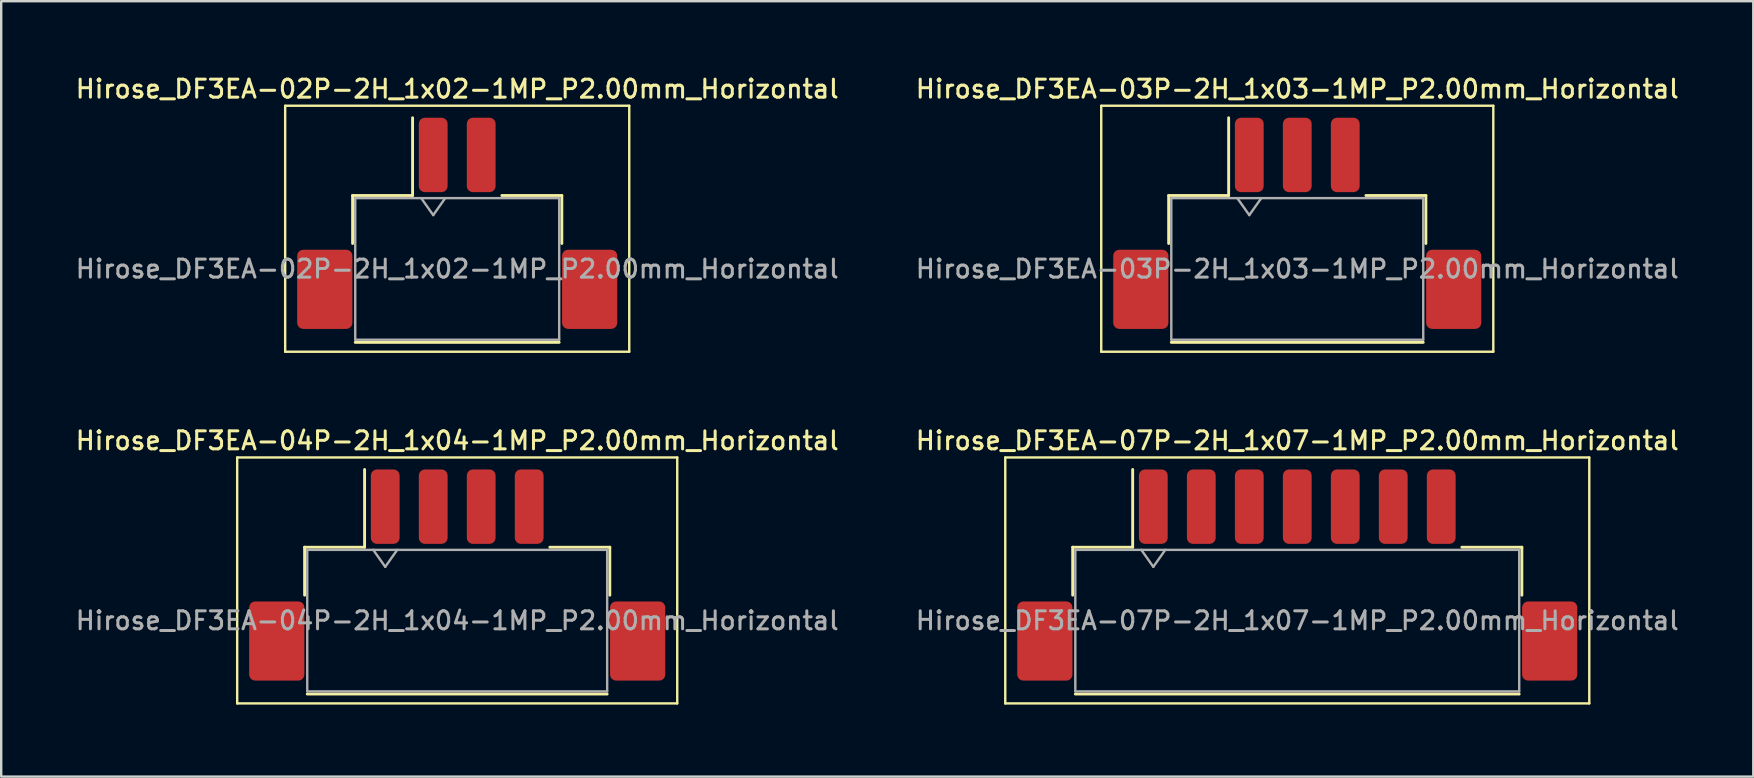
<source format=kicad_pcb>
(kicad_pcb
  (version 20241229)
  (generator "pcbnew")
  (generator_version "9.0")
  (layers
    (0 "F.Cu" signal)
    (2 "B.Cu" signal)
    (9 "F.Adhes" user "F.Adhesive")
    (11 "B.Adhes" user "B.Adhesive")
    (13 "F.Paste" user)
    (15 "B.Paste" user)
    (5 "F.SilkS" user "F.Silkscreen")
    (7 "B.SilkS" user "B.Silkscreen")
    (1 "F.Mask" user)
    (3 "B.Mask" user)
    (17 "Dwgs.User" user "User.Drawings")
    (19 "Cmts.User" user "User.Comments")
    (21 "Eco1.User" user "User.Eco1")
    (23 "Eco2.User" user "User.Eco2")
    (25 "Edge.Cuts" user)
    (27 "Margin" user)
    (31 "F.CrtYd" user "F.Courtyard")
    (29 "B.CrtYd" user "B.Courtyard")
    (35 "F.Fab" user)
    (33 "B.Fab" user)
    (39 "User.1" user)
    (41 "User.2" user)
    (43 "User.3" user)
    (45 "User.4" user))
  (footprint "Hirose_DF3EA-02P-2H_1x02-1MP_P2.00mm_Horizontal"
    (layer "F.Cu")
    (at 16.005 6.258)
    (property "Reference" "Hirose_DF3EA-02P-2H_1x02-1MP_P2.00mm_Horizontal" (at 0 -5.6 0) (layer "F.SilkS") (effects (font (size 0.75 0.75) (thickness 0.125))))
    (attr smd)
    (fp_line (start -7.17 -4.9) (end -7.17 5.35) (stroke (width 0.1) (type solid)) (layer "F.SilkS"))
    (fp_line (start -7.17 5.35) (end 7.17 5.35) (stroke (width 0.1) (type solid)) (layer "F.SilkS"))
    (fp_line (start -4.36 -1.16) (end -1.86 -1.16) (stroke (width 0.12) (type solid)) (layer "F.SilkS"))
    (fp_line (start -4.36 0.84) (end -4.36 -1.16) (stroke (width 0.12) (type solid)) (layer "F.SilkS"))
    (fp_line (start -4.25 4.96) (end 4.25 4.96) (stroke (width 0.12) (type solid)) (layer "F.SilkS"))
    (fp_line (start -1.86 -1.16) (end -1.86 -4.4) (stroke (width 0.12) (type solid)) (layer "F.SilkS"))
    (fp_line (start 4.36 -1.16) (end 1.86 -1.16) (stroke (width 0.12) (type solid)) (layer "F.SilkS"))
    (fp_line (start 4.36 0.84) (end 4.36 -1.16) (stroke (width 0.12) (type solid)) (layer "F.SilkS"))
    (fp_line (start 7.17 -4.9) (end -7.17 -4.9) (stroke (width 0.1) (type solid)) (layer "F.SilkS"))
    (fp_line (start 7.17 5.35) (end 7.17 -4.9) (stroke (width 0.1) (type solid)) (layer "F.SilkS"))
    (fp_line (start -4.25 -1.05) (end -4.25 4.85) (stroke (width 0.1) (type solid)) (layer "F.Fab"))
    (fp_line (start -4.25 -1.05) (end 4.25 -1.05) (stroke (width 0.1) (type solid)) (layer "F.Fab"))
    (fp_line (start -4.25 4.85) (end 4.25 4.85) (stroke (width 0.1) (type solid)) (layer "F.Fab"))
    (fp_line (start -1.5 -1.05) (end -1 -0.343) (stroke (width 0.1) (type solid)) (layer "F.Fab"))
    (fp_line (start -1 -0.343) (end -0.5 -1.05) (stroke (width 0.1) (type solid)) (layer "F.Fab"))
    (fp_line (start 4.25 -1.05) (end 4.25 4.85) (stroke (width 0.1) (type solid)) (layer "F.Fab"))
    (fp_text user "${REFERENCE}" (at 0 1.9 0) (layer "F.Fab") (effects (font (size 0.75 0.75) (thickness 0.125))))
    (pad "1" smd roundrect (at -1 -2.85) (size 1.2 3.1) (layers "F.Cu" "F.Mask" "F.Paste") (roundrect_rratio 0.208))
    (pad "2" smd roundrect (at 1 -2.85) (size 1.2 3.1) (layers "F.Cu" "F.Mask" "F.Paste") (roundrect_rratio 0.208))
    (pad "MP" smd roundrect (at -5.52 2.75) (size 2.3 3.3) (layers "F.Cu" "F.Mask" "F.Paste") (roundrect_rratio 0.109))
    (pad "MP" smd roundrect (at 5.52 2.75) (size 2.3 3.3) (layers "F.Cu" "F.Mask" "F.Paste") (roundrect_rratio 0.109)))
  (footprint "Hirose_DF3EA-07P-2H_1x07-1MP_P2.00mm_Horizontal"
    (layer "F.Cu")
    (at 51.016 20.916)
    (property "Reference" "Hirose_DF3EA-07P-2H_1x07-1MP_P2.00mm_Horizontal" (at 0 -5.6 0) (layer "F.SilkS") (effects (font (size 0.75 0.75) (thickness 0.125))))
    (attr smd)
    (fp_line (start -12.17 -4.9) (end -12.17 5.35) (stroke (width 0.1) (type solid)) (layer "F.SilkS"))
    (fp_line (start -12.17 5.35) (end 12.17 5.35) (stroke (width 0.1) (type solid)) (layer "F.SilkS"))
    (fp_line (start -9.36 -1.16) (end -6.86 -1.16) (stroke (width 0.12) (type solid)) (layer "F.SilkS"))
    (fp_line (start -9.36 0.84) (end -9.36 -1.16) (stroke (width 0.12) (type solid)) (layer "F.SilkS"))
    (fp_line (start -9.25 4.96) (end 9.25 4.96) (stroke (width 0.12) (type solid)) (layer "F.SilkS"))
    (fp_line (start -6.86 -1.16) (end -6.86 -4.4) (stroke (width 0.12) (type solid)) (layer "F.SilkS"))
    (fp_line (start 9.36 -1.16) (end 6.86 -1.16) (stroke (width 0.12) (type solid)) (layer "F.SilkS"))
    (fp_line (start 9.36 0.84) (end 9.36 -1.16) (stroke (width 0.12) (type solid)) (layer "F.SilkS"))
    (fp_line (start 12.17 -4.9) (end -12.17 -4.9) (stroke (width 0.1) (type solid)) (layer "F.SilkS"))
    (fp_line (start 12.17 5.35) (end 12.17 -4.9) (stroke (width 0.1) (type solid)) (layer "F.SilkS"))
    (fp_line (start -9.25 -1.05) (end -9.25 4.85) (stroke (width 0.1) (type solid)) (layer "F.Fab"))
    (fp_line (start -9.25 -1.05) (end 9.25 -1.05) (stroke (width 0.1) (type solid)) (layer "F.Fab"))
    (fp_line (start -9.25 4.85) (end 9.25 4.85) (stroke (width 0.1) (type solid)) (layer "F.Fab"))
    (fp_line (start -6.5 -1.05) (end -6 -0.343) (stroke (width 0.1) (type solid)) (layer "F.Fab"))
    (fp_line (start -6 -0.343) (end -5.5 -1.05) (stroke (width 0.1) (type solid)) (layer "F.Fab"))
    (fp_line (start 9.25 -1.05) (end 9.25 4.85) (stroke (width 0.1) (type solid)) (layer "F.Fab"))
    (fp_text user "${REFERENCE}" (at 0 1.9 0) (layer "F.Fab") (effects (font (size 0.75 0.75) (thickness 0.125))))
    (pad "1" smd roundrect (at -6 -2.85) (size 1.2 3.1) (layers "F.Cu" "F.Mask" "F.Paste") (roundrect_rratio 0.208))
    (pad "2" smd roundrect (at -4 -2.85) (size 1.2 3.1) (layers "F.Cu" "F.Mask" "F.Paste") (roundrect_rratio 0.208))
    (pad "3" smd roundrect (at -2 -2.85) (size 1.2 3.1) (layers "F.Cu" "F.Mask" "F.Paste") (roundrect_rratio 0.208))
    (pad "4" smd roundrect (at 0 -2.85) (size 1.2 3.1) (layers "F.Cu" "F.Mask" "F.Paste") (roundrect_rratio 0.208))
    (pad "5" smd roundrect (at 2 -2.85) (size 1.2 3.1) (layers "F.Cu" "F.Mask" "F.Paste") (roundrect_rratio 0.208))
    (pad "6" smd roundrect (at 4 -2.85) (size 1.2 3.1) (layers "F.Cu" "F.Mask" "F.Paste") (roundrect_rratio 0.208))
    (pad "7" smd roundrect (at 6 -2.85) (size 1.2 3.1) (layers "F.Cu" "F.Mask" "F.Paste") (roundrect_rratio 0.208))
    (pad "MP" smd roundrect (at -10.52 2.75) (size 2.3 3.3) (layers "F.Cu" "F.Mask" "F.Paste") (roundrect_rratio 0.109))
    (pad "MP" smd roundrect (at 10.52 2.75) (size 2.3 3.3) (layers "F.Cu" "F.Mask" "F.Paste") (roundrect_rratio 0.109)))
  (footprint "Hirose_DF3EA-03P-2H_1x03-1MP_P2.00mm_Horizontal"
    (layer "F.Cu")
    (at 51.016 6.258)
    (property "Reference" "Hirose_DF3EA-03P-2H_1x03-1MP_P2.00mm_Horizontal" (at 0 -5.6 0) (layer "F.SilkS") (effects (font (size 0.75 0.75) (thickness 0.125))))
    (attr smd)
    (fp_line (start -8.17 -4.9) (end -8.17 5.35) (stroke (width 0.1) (type solid)) (layer "F.SilkS"))
    (fp_line (start -8.17 5.35) (end 8.17 5.35) (stroke (width 0.1) (type solid)) (layer "F.SilkS"))
    (fp_line (start -5.36 -1.16) (end -2.86 -1.16) (stroke (width 0.12) (type solid)) (layer "F.SilkS"))
    (fp_line (start -5.36 0.84) (end -5.36 -1.16) (stroke (width 0.12) (type solid)) (layer "F.SilkS"))
    (fp_line (start -5.25 4.96) (end 5.25 4.96) (stroke (width 0.12) (type solid)) (layer "F.SilkS"))
    (fp_line (start -2.86 -1.16) (end -2.86 -4.4) (stroke (width 0.12) (type solid)) (layer "F.SilkS"))
    (fp_line (start 5.36 -1.16) (end 2.86 -1.16) (stroke (width 0.12) (type solid)) (layer "F.SilkS"))
    (fp_line (start 5.36 0.84) (end 5.36 -1.16) (stroke (width 0.12) (type solid)) (layer "F.SilkS"))
    (fp_line (start 8.17 -4.9) (end -8.17 -4.9) (stroke (width 0.1) (type solid)) (layer "F.SilkS"))
    (fp_line (start 8.17 5.35) (end 8.17 -4.9) (stroke (width 0.1) (type solid)) (layer "F.SilkS"))
    (fp_line (start -5.25 -1.05) (end -5.25 4.85) (stroke (width 0.1) (type solid)) (layer "F.Fab"))
    (fp_line (start -5.25 -1.05) (end 5.25 -1.05) (stroke (width 0.1) (type solid)) (layer "F.Fab"))
    (fp_line (start -5.25 4.85) (end 5.25 4.85) (stroke (width 0.1) (type solid)) (layer "F.Fab"))
    (fp_line (start -2.5 -1.05) (end -2 -0.343) (stroke (width 0.1) (type solid)) (layer "F.Fab"))
    (fp_line (start -2 -0.343) (end -1.5 -1.05) (stroke (width 0.1) (type solid)) (layer "F.Fab"))
    (fp_line (start 5.25 -1.05) (end 5.25 4.85) (stroke (width 0.1) (type solid)) (layer "F.Fab"))
    (fp_text user "${REFERENCE}" (at 0 1.9 0) (layer "F.Fab") (effects (font (size 0.75 0.75) (thickness 0.125))))
    (pad "1" smd roundrect (at -2 -2.85) (size 1.2 3.1) (layers "F.Cu" "F.Mask" "F.Paste") (roundrect_rratio 0.208))
    (pad "2" smd roundrect (at 0 -2.85) (size 1.2 3.1) (layers "F.Cu" "F.Mask" "F.Paste") (roundrect_rratio 0.208))
    (pad "3" smd roundrect (at 2 -2.85) (size 1.2 3.1) (layers "F.Cu" "F.Mask" "F.Paste") (roundrect_rratio 0.208))
    (pad "MP" smd roundrect (at -6.52 2.75) (size 2.3 3.3) (layers "F.Cu" "F.Mask" "F.Paste") (roundrect_rratio 0.109))
    (pad "MP" smd roundrect (at 6.52 2.75) (size 2.3 3.3) (layers "F.Cu" "F.Mask" "F.Paste") (roundrect_rratio 0.109)))
  (footprint "Hirose_DF3EA-04P-2H_1x04-1MP_P2.00mm_Horizontal"
    (layer "F.Cu")
    (at 16.005 20.916)
    (property "Reference" "Hirose_DF3EA-04P-2H_1x04-1MP_P2.00mm_Horizontal" (at 0 -5.6 0) (layer "F.SilkS") (effects (font (size 0.75 0.75) (thickness 0.125))))
    (attr smd)
    (fp_line (start -9.17 -4.9) (end -9.17 5.35) (stroke (width 0.1) (type solid)) (layer "F.SilkS"))
    (fp_line (start -9.17 5.35) (end 9.17 5.35) (stroke (width 0.1) (type solid)) (layer "F.SilkS"))
    (fp_line (start -6.36 -1.16) (end -3.86 -1.16) (stroke (width 0.12) (type solid)) (layer "F.SilkS"))
    (fp_line (start -6.36 0.84) (end -6.36 -1.16) (stroke (width 0.12) (type solid)) (layer "F.SilkS"))
    (fp_line (start -6.25 4.96) (end 6.25 4.96) (stroke (width 0.12) (type solid)) (layer "F.SilkS"))
    (fp_line (start -3.86 -1.16) (end -3.86 -4.4) (stroke (width 0.12) (type solid)) (layer "F.SilkS"))
    (fp_line (start 6.36 -1.16) (end 3.86 -1.16) (stroke (width 0.12) (type solid)) (layer "F.SilkS"))
    (fp_line (start 6.36 0.84) (end 6.36 -1.16) (stroke (width 0.12) (type solid)) (layer "F.SilkS"))
    (fp_line (start 9.17 -4.9) (end -9.17 -4.9) (stroke (width 0.1) (type solid)) (layer "F.SilkS"))
    (fp_line (start 9.17 5.35) (end 9.17 -4.9) (stroke (width 0.1) (type solid)) (layer "F.SilkS"))
    (fp_line (start -6.25 -1.05) (end -6.25 4.85) (stroke (width 0.1) (type solid)) (layer "F.Fab"))
    (fp_line (start -6.25 -1.05) (end 6.25 -1.05) (stroke (width 0.1) (type solid)) (layer "F.Fab"))
    (fp_line (start -6.25 4.85) (end 6.25 4.85) (stroke (width 0.1) (type solid)) (layer "F.Fab"))
    (fp_line (start -3.5 -1.05) (end -3 -0.343) (stroke (width 0.1) (type solid)) (layer "F.Fab"))
    (fp_line (start -3 -0.343) (end -2.5 -1.05) (stroke (width 0.1) (type solid)) (layer "F.Fab"))
    (fp_line (start 6.25 -1.05) (end 6.25 4.85) (stroke (width 0.1) (type solid)) (layer "F.Fab"))
    (fp_text user "${REFERENCE}" (at 0 1.9 0) (layer "F.Fab") (effects (font (size 0.75 0.75) (thickness 0.125))))
    (pad "1" smd roundrect (at -3 -2.85) (size 1.2 3.1) (layers "F.Cu" "F.Mask" "F.Paste") (roundrect_rratio 0.208))
    (pad "2" smd roundrect (at -1 -2.85) (size 1.2 3.1) (layers "F.Cu" "F.Mask" "F.Paste") (roundrect_rratio 0.208))
    (pad "3" smd roundrect (at 1 -2.85) (size 1.2 3.1) (layers "F.Cu" "F.Mask" "F.Paste") (roundrect_rratio 0.208))
    (pad "4" smd roundrect (at 3 -2.85) (size 1.2 3.1) (layers "F.Cu" "F.Mask" "F.Paste") (roundrect_rratio 0.208))
    (pad "MP" smd roundrect (at -7.52 2.75) (size 2.3 3.3) (layers "F.Cu" "F.Mask" "F.Paste") (roundrect_rratio 0.109))
    (pad "MP" smd roundrect (at 7.52 2.75) (size 2.3 3.3) (layers "F.Cu" "F.Mask" "F.Paste") (roundrect_rratio 0.109)))
  (gr_rect
    (start -3 -3)
    (end 70.021 29.316)
    (stroke (width 0.1) (type default))
    (fill no)
    (layer "Edge.Cuts")))
</source>
